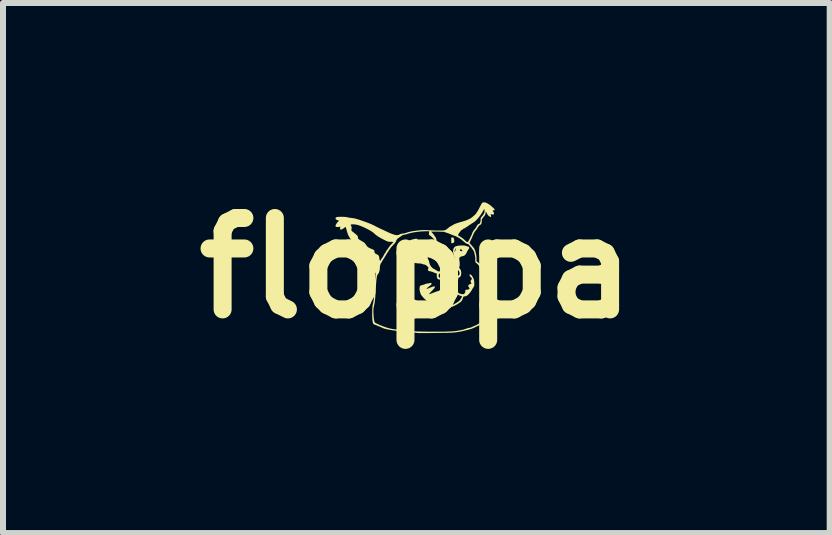
<source format=kicad_pcb>
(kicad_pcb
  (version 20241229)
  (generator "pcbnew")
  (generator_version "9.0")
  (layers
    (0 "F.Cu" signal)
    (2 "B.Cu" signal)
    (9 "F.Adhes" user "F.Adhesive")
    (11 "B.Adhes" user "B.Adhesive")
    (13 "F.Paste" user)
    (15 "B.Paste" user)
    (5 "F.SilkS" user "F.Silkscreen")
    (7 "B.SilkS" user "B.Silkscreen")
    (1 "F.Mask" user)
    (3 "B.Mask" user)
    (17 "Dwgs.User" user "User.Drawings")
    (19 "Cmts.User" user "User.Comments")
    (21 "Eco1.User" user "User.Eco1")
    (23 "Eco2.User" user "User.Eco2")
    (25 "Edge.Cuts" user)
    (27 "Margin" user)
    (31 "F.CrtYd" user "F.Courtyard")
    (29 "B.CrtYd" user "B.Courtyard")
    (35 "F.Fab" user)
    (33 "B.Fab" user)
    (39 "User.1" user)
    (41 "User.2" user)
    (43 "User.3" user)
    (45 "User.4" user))
  (footprint "floppa"
    (layer "F.Cu")
    (at 3.89 1.418)
    (property "Reference" "floppa" (at 0 0 0) (layer "F.SilkS") (effects (font (size 1.524 1.524) (thickness 0.3))))
    (attr board_only exclude_from_pos_files exclude_from_bom)
    (fp_poly (pts (xy 0.612 -0.51) (xy 0.619 -0.506) (xy 0.624 -0.496) (xy 0.628 -0.48) (xy 0.633 -0.451) (xy 0.629 -0.431) (xy 0.617 -0.419) (xy 0.602 -0.415) (xy 0.583 -0.413) (xy 0.582 -0.452) (xy 0.582 -0.473) (xy 0.581 -0.491) (xy 0.581 -0.5) (xy 0.583 -0.507) (xy 0.594 -0.51) (xy 0.601 -0.51)) (stroke (width 0) (type solid)) (fill yes) (layer "F.SilkS"))
    (fp_poly (pts (xy 0.008 -0.486) (xy 0.02 -0.474) (xy 0.035 -0.459) (xy 0.049 -0.441) (xy 0.062 -0.424) (xy 0.068 -0.413) (xy 0.077 -0.39) (xy 0.081 -0.367) (xy 0.082 -0.363) (xy 0.081 -0.347) (xy 0.077 -0.34) (xy 0.07 -0.338) (xy 0.057 -0.337) (xy 0.051 -0.335) (xy 0.043 -0.337) (xy 0.031 -0.346) (xy 0.028 -0.348) (xy 0.015 -0.365) (xy 0.001 -0.383) (xy -0.00012 -0.385) (xy -0.014 -0.403) (xy -0.031 -0.42) (xy -0.033 -0.422) (xy -0.044 -0.434) (xy -0.051 -0.448) (xy -0.053 -0.46) (xy -0.05 -0.466) (xy -0.047 -0.467) (xy -0.041 -0.471) (xy -0.041 -0.475) (xy -0.036 -0.481) (xy -0.023 -0.486) (xy -0.007 -0.49) (xy 0.000408 -0.49)) (stroke (width 0) (type solid)) (fill yes) (layer "F.SilkS"))
    (fp_poly (pts (xy 0.896 0.107) (xy 0.906 0.11) (xy 0.91 0.111) (xy 0.916 0.116) (xy 0.926 0.128) (xy 0.937 0.145) (xy 0.947 0.164) (xy 0.955 0.182) (xy 0.956 0.187) (xy 0.962 0.21) (xy 0.965 0.236) (xy 0.966 0.262) (xy 0.966 0.285) (xy 0.963 0.302) (xy 0.959 0.309) (xy 0.952 0.319) (xy 0.951 0.324) (xy 0.948 0.332) (xy 0.946 0.333) (xy 0.941 0.337) (xy 0.933 0.35) (xy 0.926 0.363) (xy 0.91 0.389) (xy 0.889 0.417) (xy 0.866 0.442) (xy 0.843 0.461) (xy 0.842 0.461) (xy 0.824 0.469) (xy 0.805 0.472) (xy 0.793 0.473) (xy 0.786 0.477) (xy 0.781 0.486) (xy 0.775 0.503) (xy 0.774 0.507) (xy 0.766 0.53) (xy 0.755 0.547) (xy 0.739 0.564) (xy 0.734 0.568) (xy 0.717 0.581) (xy 0.695 0.595) (xy 0.671 0.61) (xy 0.646 0.623) (xy 0.624 0.634) (xy 0.608 0.641) (xy 0.601 0.642) (xy 0.592 0.644) (xy 0.576 0.65) (xy 0.562 0.657) (xy 0.52 0.671) (xy 0.471 0.68) (xy 0.419 0.682) (xy 0.366 0.678) (xy 0.337 0.672) (xy 0.315 0.667) (xy 0.303 0.662) (xy 0.298 0.656) (xy 0.298 0.653) (xy 0.298 0.647) (xy 0.3 0.643) (xy 0.306 0.643) (xy 0.318 0.644) (xy 0.339 0.649) (xy 0.35 0.651) (xy 0.391 0.657) (xy 0.434 0.659) (xy 0.474 0.656) (xy 0.51 0.649) (xy 0.534 0.639) (xy 0.555 0.63) (xy 0.575 0.623) (xy 0.583 0.62) (xy 0.601 0.615) (xy 0.625 0.604) (xy 0.652 0.589) (xy 0.679 0.573) (xy 0.703 0.557) (xy 0.713 0.549) (xy 0.725 0.536) (xy 0.737 0.52) (xy 0.748 0.502) (xy 0.757 0.486) (xy 0.76 0.475) (xy 0.759 0.47) (xy 0.752 0.467) (xy 0.737 0.463) (xy 0.731 0.461) (xy 0.712 0.454) (xy 0.696 0.443) (xy 0.694 0.441) (xy 0.676 0.427) (xy 0.656 0.415) (xy 0.637 0.408) (xy 0.624 0.407) (xy 0.614 0.413) (xy 0.601 0.426) (xy 0.592 0.436) (xy 0.567 0.463) (xy 0.535 0.491) (xy 0.498 0.517) (xy 0.466 0.535) (xy 0.447 0.544) (xy 0.429 0.55) (xy 0.407 0.555) (xy 0.379 0.558) (xy 0.359 0.561) (xy 0.309 0.564) (xy 0.264 0.565) (xy 0.227 0.563) (xy 0.199 0.557) (xy 0.181 0.55) (xy 0.161 0.535) (xy 0.137 0.514) (xy 0.116 0.492) (xy 0.099 0.472) (xy 0.099 0.472) (xy 0.089 0.459) (xy 0.082 0.45) (xy 0.081 0.449) (xy 0.076 0.441) (xy 0.07 0.425) (xy 0.063 0.405) (xy 0.058 0.384) (xy 0.054 0.365) (xy 0.053 0.355) (xy 0.054 0.335) (xy 0.056 0.315) (xy 0.059 0.303) (xy 0.065 0.295) (xy 0.076 0.29) (xy 0.09 0.287) (xy 0.113 0.28) (xy 0.137 0.272) (xy 0.145 0.268) (xy 0.165 0.261) (xy 0.186 0.257) (xy 0.191 0.257) (xy 0.207 0.255) (xy 0.219 0.252) (xy 0.221 0.252) (xy 0.233 0.248) (xy 0.246 0.251) (xy 0.255 0.257) (xy 0.257 0.262) (xy 0.252 0.27) (xy 0.241 0.283) (xy 0.226 0.295) (xy 0.198 0.317) (xy 0.18 0.333) (xy 0.171 0.343) (xy 0.17 0.347) (xy 0.177 0.346) (xy 0.191 0.342) (xy 0.211 0.334) (xy 0.222 0.329) (xy 0.247 0.32) (xy 0.269 0.312) (xy 0.286 0.307) (xy 0.29 0.306) (xy 0.303 0.305) (xy 0.308 0.309) (xy 0.309 0.317) (xy 0.305 0.328) (xy 0.293 0.344) (xy 0.273 0.367) (xy 0.258 0.382) (xy 0.239 0.402) (xy 0.225 0.418) (xy 0.216 0.43) (xy 0.213 0.436) (xy 0.213 0.436) (xy 0.222 0.435) (xy 0.237 0.43) (xy 0.248 0.425) (xy 0.276 0.414) (xy 0.307 0.402) (xy 0.336 0.392) (xy 0.363 0.383) (xy 0.385 0.376) (xy 0.398 0.373) (xy 0.4 0.373) (xy 0.412 0.377) (xy 0.414 0.386) (xy 0.407 0.4) (xy 0.391 0.418) (xy 0.385 0.424) (xy 0.37 0.438) (xy 0.36 0.45) (xy 0.356 0.457) (xy 0.356 0.457) (xy 0.352 0.465) (xy 0.346 0.474) (xy 0.339 0.484) (xy 0.341 0.488) (xy 0.351 0.485) (xy 0.366 0.478) (xy 0.38 0.469) (xy 0.389 0.462) (xy 0.391 0.461) (xy 0.397 0.456) (xy 0.41 0.447) (xy 0.426 0.436) (xy 0.449 0.42) (xy 0.473 0.403) (xy 0.487 0.394) (xy 0.504 0.383) (xy 0.519 0.375) (xy 0.526 0.373) (xy 0.534 0.378) (xy 0.537 0.392) (xy 0.533 0.414) (xy 0.527 0.434) (xy 0.522 0.45) (xy 0.52 0.462) (xy 0.521 0.464) (xy 0.527 0.463) (xy 0.538 0.455) (xy 0.551 0.443) (xy 0.563 0.43) (xy 0.573 0.417) (xy 0.575 0.413) (xy 0.588 0.399) (xy 0.607 0.387) (xy 0.628 0.38) (xy 0.638 0.379) (xy 0.65 0.382) (xy 0.668 0.391) (xy 0.688 0.402) (xy 0.705 0.414) (xy 0.712 0.42) (xy 0.724 0.427) (xy 0.744 0.432) (xy 0.756 0.434) (xy 0.775 0.436) (xy 0.787 0.436) (xy 0.796 0.431) (xy 0.803 0.423) (xy 0.815 0.402) (xy 0.817 0.385) (xy 0.817 0.37) (xy 0.821 0.363) (xy 0.831 0.362) (xy 0.837 0.362) (xy 0.858 0.36) (xy 0.875 0.354) (xy 0.885 0.346) (xy 0.887 0.342) (xy 0.883 0.332) (xy 0.875 0.319) (xy 0.875 0.319) (xy 0.865 0.303) (xy 0.865 0.29) (xy 0.875 0.279) (xy 0.893 0.269) (xy 0.91 0.262) (xy 0.918 0.257) (xy 0.918 0.252) (xy 0.914 0.246) (xy 0.905 0.229) (xy 0.906 0.21) (xy 0.916 0.195) (xy 0.925 0.185) (xy 0.926 0.176) (xy 0.919 0.164) (xy 0.907 0.152) (xy 0.896 0.138) (xy 0.888 0.124) (xy 0.886 0.113) (xy 0.889 0.107)) (stroke (width 0) (type solid)) (fill yes) (layer "F.SilkS"))
    (fp_poly (pts (xy 0.784 -0.376) (xy 0.806 -0.374) (xy 0.822 -0.371) (xy 0.834 -0.366) (xy 0.851 -0.359) (xy 0.866 -0.356) (xy 0.867 -0.356) (xy 0.878 -0.352) (xy 0.881 -0.341) (xy 0.877 -0.325) (xy 0.865 -0.306) (xy 0.864 -0.304) (xy 0.853 -0.288) (xy 0.844 -0.273) (xy 0.843 -0.268) (xy 0.834 -0.248) (xy 0.82 -0.227) (xy 0.805 -0.211) (xy 0.794 -0.205) (xy 0.778 -0.2) (xy 0.758 -0.195) (xy 0.757 -0.195) (xy 0.74 -0.189) (xy 0.725 -0.18) (xy 0.724 -0.179) (xy 0.718 -0.171) (xy 0.715 -0.162) (xy 0.715 -0.148) (xy 0.718 -0.128) (xy 0.722 -0.092) (xy 0.723 -0.06) (xy 0.721 -0.035) (xy 0.717 -0.019) (xy 0.717 -0.018) (xy 0.713 -0.009) (xy 0.717 0.000204) (xy 0.725 0.011) (xy 0.743 0.04) (xy 0.749 0.073) (xy 0.747 0.105) (xy 0.741 0.128) (xy 0.734 0.143) (xy 0.725 0.151) (xy 0.715 0.154) (xy 0.708 0.157) (xy 0.703 0.164) (xy 0.699 0.177) (xy 0.695 0.199) (xy 0.695 0.201) (xy 0.69 0.224) (xy 0.685 0.24) (xy 0.678 0.252) (xy 0.667 0.262) (xy 0.644 0.276) (xy 0.617 0.28) (xy 0.583 0.275) (xy 0.58 0.274) (xy 0.562 0.269) (xy 0.547 0.266) (xy 0.533 0.259) (xy 0.513 0.242) (xy 0.488 0.216) (xy 0.466 0.19) (xy 0.456 0.18) (xy 0.448 0.177) (xy 0.438 0.181) (xy 0.433 0.183) (xy 0.411 0.19) (xy 0.387 0.192) (xy 0.366 0.189) (xy 0.362 0.187) (xy 0.351 0.175) (xy 0.343 0.156) (xy 0.34 0.134) (xy 0.37 0.134) (xy 0.371 0.137) (xy 0.377 0.154) (xy 0.389 0.161) (xy 0.406 0.158) (xy 0.419 0.152) (xy 0.443 0.142) (xy 0.46 0.141) (xy 0.474 0.148) (xy 0.487 0.163) (xy 0.504 0.185) (xy 0.524 0.206) (xy 0.545 0.224) (xy 0.563 0.237) (xy 0.576 0.242) (xy 0.59 0.246) (xy 0.598 0.248) (xy 0.621 0.25) (xy 0.642 0.24) (xy 0.649 0.234) (xy 0.659 0.222) (xy 0.664 0.208) (xy 0.668 0.188) (xy 0.669 0.179) (xy 0.672 0.155) (xy 0.677 0.14) (xy 0.684 0.132) (xy 0.696 0.128) (xy 0.697 0.127) (xy 0.711 0.12) (xy 0.719 0.105) (xy 0.721 0.085) (xy 0.717 0.064) (xy 0.707 0.045) (xy 0.702 0.04) (xy 0.684 0.026) (xy 0.667 0.024) (xy 0.654 0.029) (xy 0.644 0.032) (xy 0.625 0.036) (xy 0.602 0.039) (xy 0.592 0.041) (xy 0.549 0.047) (xy 0.507 0.054) (xy 0.47 0.062) (xy 0.437 0.07) (xy 0.413 0.078) (xy 0.402 0.083) (xy 0.382 0.097) (xy 0.371 0.114) (xy 0.37 0.134) (xy 0.34 0.134) (xy 0.34 0.132) (xy 0.34 0.113) (xy 0.342 0.097) (xy 0.34 0.09) (xy 0.334 0.088) (xy 0.331 0.088) (xy 0.318 0.085) (xy 0.3 0.078) (xy 0.286 0.072) (xy 0.264 0.063) (xy 0.24 0.056) (xy 0.228 0.054) (xy 0.206 0.049) (xy 0.194 0.038) (xy 0.192 0.023) (xy 0.198 0.01) (xy 0.203 0.000446) (xy 0.203 -0.007) (xy 0.198 -0.015) (xy 0.186 -0.026) (xy 0.179 -0.033) (xy 0.157 -0.05) (xy 0.139 -0.058) (xy 0.135 -0.058) (xy 0.118 -0.061) (xy 0.103 -0.067) (xy 0.087 -0.072) (xy 0.066 -0.076) (xy 0.058 -0.076) (xy 0.026 -0.078) (xy -0.011 -0.082) (xy -0.05 -0.09) (xy -0.088 -0.098) (xy -0.123 -0.109) (xy -0.151 -0.119) (xy -0.17 -0.129) (xy -0.184 -0.137) (xy -0.195 -0.14) (xy -0.206 -0.144) (xy -0.22 -0.152) (xy -0.222 -0.154) (xy -0.239 -0.165) (xy -0.26 -0.172) (xy -0.262 -0.172) (xy -0.266 -0.173) (xy -0.104 -0.173) (xy -0.1 -0.16) (xy -0.093 -0.15) (xy -0.081 -0.137) (xy -0.074 -0.136) (xy -0.07 -0.145) (xy -0.07 -0.156) (xy -0.067 -0.175) (xy -0.062 -0.19) (xy -0.018 -0.19) (xy -0.01 -0.183) (xy 0.006 -0.182) (xy 0.018 -0.187) (xy 0.022 -0.195) (xy 0.021 -0.208) (xy 0.012 -0.213) (xy -0.002 -0.209) (xy -0.015 -0.2) (xy -0.018 -0.19) (xy -0.062 -0.19) (xy -0.062 -0.192) (xy -0.061 -0.193) (xy -0.053 -0.21) (xy -0.053 -0.219) (xy -0.06 -0.22) (xy -0.073 -0.212) (xy -0.084 -0.202) (xy -0.099 -0.186) (xy -0.104 -0.173) (xy -0.266 -0.173) (xy -0.281 -0.178) (xy -0.29 -0.188) (xy -0.289 -0.201) (xy -0.283 -0.208) (xy -0.216 -0.208) (xy -0.197 -0.192) (xy -0.185 -0.182) (xy -0.178 -0.176) (xy -0.177 -0.175) (xy -0.172 -0.179) (xy -0.162 -0.187) (xy -0.161 -0.188) (xy -0.148 -0.199) (xy -0.131 -0.212) (xy -0.118 -0.222) (xy -0.102 -0.232) (xy -0.092 -0.24) (xy -0.09 -0.243) (xy -0.096 -0.243) (xy -0.11 -0.24) (xy -0.13 -0.235) (xy -0.152 -0.23) (xy -0.172 -0.224) (xy -0.189 -0.219) (xy -0.191 -0.218) (xy -0.216 -0.208) (xy -0.283 -0.208) (xy -0.282 -0.209) (xy -0.257 -0.229) (xy -0.233 -0.242) (xy -0.219 -0.247) (xy -0.19 -0.253) (xy -0.159 -0.259) (xy -0.129 -0.266) (xy -0.104 -0.272) (xy -0.091 -0.276) (xy -0.069 -0.28) (xy -0.04 -0.282) (xy -0.007 -0.283) (xy 0.027 -0.283) (xy 0.06 -0.281) (xy 0.087 -0.277) (xy 0.106 -0.273) (xy 0.135 -0.256) (xy 0.16 -0.23) (xy 0.179 -0.198) (xy 0.19 -0.164) (xy 0.195 -0.148) (xy 0.201 -0.136) (xy 0.202 -0.136) (xy 0.207 -0.126) (xy 0.212 -0.109) (xy 0.213 -0.104) (xy 0.224 -0.061) (xy 0.244 -0.027) (xy 0.267 -0.002) (xy 0.282 0.008) (xy 0.294 0.016) (xy 0.299 0.018) (xy 0.307 0.021) (xy 0.32 0.029) (xy 0.333 0.038) (xy 0.356 0.052) (xy 0.374 0.058) (xy 0.386 0.055) (xy 0.388 0.053) (xy 0.397 0.049) (xy 0.415 0.044) (xy 0.437 0.038) (xy 0.463 0.033) (xy 0.488 0.028) (xy 0.505 0.026) (xy 0.522 0.023) (xy 0.547 0.019) (xy 0.577 0.013) (xy 0.608 0.007) (xy 0.608 0.007) (xy 0.638 0.001) (xy 0.659 -0.004) (xy 0.672 -0.008) (xy 0.679 -0.012) (xy 0.682 -0.017) (xy 0.682 -0.023) (xy 0.682 -0.023) (xy 0.679 -0.049) (xy 0.672 -0.082) (xy 0.66 -0.119) (xy 0.645 -0.156) (xy 0.645 -0.158) (xy 0.626 -0.206) (xy 0.615 -0.248) (xy 0.612 -0.278) (xy 0.639 -0.278) (xy 0.639 -0.275) (xy 0.642 -0.266) (xy 0.644 -0.267) (xy 0.646 -0.277) (xy 0.647 -0.284) (xy 0.651 -0.297) (xy 0.724 -0.297) (xy 0.729 -0.29) (xy 0.732 -0.288) (xy 0.746 -0.281) (xy 0.759 -0.281) (xy 0.767 -0.285) (xy 0.765 -0.292) (xy 0.758 -0.302) (xy 0.749 -0.311) (xy 0.741 -0.315) (xy 0.734 -0.311) (xy 0.729 -0.306) (xy 0.724 -0.297) (xy 0.651 -0.297) (xy 0.652 -0.302) (xy 0.657 -0.315) (xy 0.659 -0.317) (xy 0.663 -0.325) (xy 0.66 -0.327) (xy 0.652 -0.322) (xy 0.644 -0.309) (xy 0.639 -0.293) (xy 0.639 -0.278) (xy 0.612 -0.278) (xy 0.612 -0.283) (xy 0.616 -0.314) (xy 0.622 -0.33) (xy 0.626 -0.335) (xy 0.811 -0.335) (xy 0.814 -0.333) (xy 0.817 -0.335) (xy 0.814 -0.338) (xy 0.811 -0.335) (xy 0.626 -0.335) (xy 0.634 -0.348) (xy 0.653 -0.361) (xy 0.679 -0.369) (xy 0.713 -0.374) (xy 0.753 -0.376)) (stroke (width 0) (type solid)) (fill yes) (layer "F.SilkS"))
    (fp_poly (pts (xy 1.154 -1.092) (xy 1.187 -1.077) (xy 1.225 -1.052) (xy 1.247 -1.034) (xy 1.275 -1.009) (xy 1.295 -0.99) (xy 1.305 -0.977) (xy 1.306 -0.968) (xy 1.3 -0.964) (xy 1.289 -0.963) (xy 1.277 -0.962) (xy 1.272 -0.96) (xy 1.272 -0.96) (xy 1.274 -0.954) (xy 1.281 -0.942) (xy 1.284 -0.937) (xy 1.294 -0.915) (xy 1.294 -0.901) (xy 1.286 -0.893) (xy 1.268 -0.892) (xy 1.252 -0.896) (xy 1.24 -0.898) (xy 1.237 -0.895) (xy 1.239 -0.89) (xy 1.246 -0.87) (xy 1.247 -0.858) (xy 1.242 -0.853) (xy 1.235 -0.852) (xy 1.224 -0.856) (xy 1.21 -0.867) (xy 1.195 -0.881) (xy 1.184 -0.895) (xy 1.178 -0.906) (xy 1.178 -0.907) (xy 1.175 -0.915) (xy 1.167 -0.927) (xy 1.167 -0.928) (xy 1.155 -0.942) (xy 1.155 -0.928) (xy 1.153 -0.908) (xy 1.149 -0.893) (xy 1.142 -0.879) (xy 1.128 -0.861) (xy 1.121 -0.852) (xy 1.106 -0.834) (xy 1.097 -0.82) (xy 1.092 -0.808) (xy 1.091 -0.793) (xy 1.091 -0.785) (xy 1.088 -0.753) (xy 1.08 -0.732) (xy 1.067 -0.72) (xy 1.065 -0.72) (xy 1.048 -0.709) (xy 1.031 -0.688) (xy 1.023 -0.673) (xy 1.015 -0.66) (xy 1.002 -0.641) (xy 0.987 -0.622) (xy 0.987 -0.622) (xy 0.971 -0.602) (xy 0.959 -0.581) (xy 0.951 -0.564) (xy 0.945 -0.549) (xy 0.936 -0.526) (xy 0.924 -0.5) (xy 0.915 -0.48) (xy 0.885 -0.42) (xy 0.914 -0.386) (xy 0.93 -0.368) (xy 0.945 -0.35) (xy 0.955 -0.339) (xy 0.955 -0.338) (xy 0.968 -0.319) (xy 0.98 -0.29) (xy 0.99 -0.256) (xy 0.998 -0.218) (xy 1.002 -0.18) (xy 1.003 -0.154) (xy 1.003 -0.112) (xy 1.027 -0.095) (xy 1.043 -0.082) (xy 1.059 -0.062) (xy 1.077 -0.033) (xy 1.083 -0.024) (xy 1.096 -0.001) (xy 1.106 0.017) (xy 1.112 0.029) (xy 1.114 0.034) (xy 1.116 0.04) (xy 1.122 0.053) (xy 1.123 0.055) (xy 1.139 0.092) (xy 1.15 0.127) (xy 1.157 0.164) (xy 1.162 0.204) (xy 1.165 0.232) (xy 1.168 0.255) (xy 1.173 0.274) (xy 1.18 0.292) (xy 1.191 0.312) (xy 1.206 0.336) (xy 1.226 0.365) (xy 1.252 0.405) (xy 1.271 0.437) (xy 1.284 0.463) (xy 1.292 0.484) (xy 1.297 0.499) (xy 1.305 0.517) (xy 1.306 0.519) (xy 1.312 0.534) (xy 1.316 0.545) (xy 1.316 0.547) (xy 1.319 0.557) (xy 1.323 0.572) (xy 1.323 0.573) (xy 1.335 0.615) (xy 1.34 0.649) (xy 1.338 0.679) (xy 1.331 0.706) (xy 1.328 0.712) (xy 1.317 0.734) (xy 1.307 0.75) (xy 1.295 0.763) (xy 1.278 0.778) (xy 1.271 0.783) (xy 1.251 0.799) (xy 1.23 0.816) (xy 1.221 0.824) (xy 1.205 0.839) (xy 1.19 0.853) (xy 1.184 0.858) (xy 1.172 0.867) (xy 1.154 0.881) (xy 1.132 0.896) (xy 1.109 0.911) (xy 1.09 0.924) (xy 1.079 0.931) (xy 1.065 0.94) (xy 1.057 0.946) (xy 1.047 0.954) (xy 1.027 0.964) (xy 1 0.977) (xy 0.968 0.992) (xy 0.939 1.005) (xy 0.921 1.012) (xy 0.895 1.02) (xy 0.862 1.029) (xy 0.825 1.038) (xy 0.788 1.047) (xy 0.751 1.056) (xy 0.719 1.062) (xy 0.693 1.067) (xy 0.688 1.067) (xy 0.657 1.071) (xy 0.623 1.075) (xy 0.593 1.077) (xy 0.592 1.077) (xy 0.575 1.078) (xy 0.55 1.079) (xy 0.516 1.08) (xy 0.477 1.08) (xy 0.433 1.081) (xy 0.385 1.082) (xy 0.335 1.082) (xy 0.284 1.083) (xy 0.234 1.083) (xy 0.185 1.084) (xy 0.14 1.084) (xy 0.1 1.084) (xy 0.065 1.084) (xy 0.038 1.084) (xy 0.02 1.083) (xy 0.011 1.083) (xy 0.011 1.082) (xy 0.004 1.08) (xy -0.014 1.077) (xy -0.04 1.074) (xy -0.073 1.071) (xy -0.111 1.067) (xy -0.153 1.064) (xy -0.181 1.061) (xy -0.24 1.056) (xy -0.299 1.05) (xy -0.356 1.043) (xy -0.409 1.035) (xy -0.457 1.027) (xy -0.499 1.018) (xy -0.532 1.01) (xy -0.557 1.001) (xy -0.564 0.998) (xy -0.575 0.992) (xy -0.593 0.984) (xy -0.615 0.975) (xy -0.64 0.965) (xy -0.663 0.955) (xy -0.684 0.947) (xy -0.699 0.941) (xy -0.706 0.939) (xy -0.714 0.934) (xy -0.722 0.917) (xy -0.729 0.891) (xy -0.73 0.885) (xy -0.733 0.864) (xy -0.734 0.833) (xy -0.736 0.797) (xy -0.736 0.758) (xy -0.735 0.718) (xy -0.735 0.714) (xy -0.716 0.714) (xy -0.716 0.745) (xy -0.715 0.761) (xy -0.713 0.793) (xy -0.71 0.825) (xy -0.707 0.853) (xy -0.704 0.869) (xy -0.7 0.89) (xy -0.695 0.902) (xy -0.688 0.911) (xy -0.674 0.919) (xy -0.666 0.923) (xy -0.606 0.951) (xy -0.54 0.977) (xy -0.476 0.998) (xy -0.461 1.002) (xy -0.436 1.008) (xy -0.409 1.014) (xy -0.379 1.019) (xy -0.343 1.023) (xy -0.299 1.028) (xy -0.247 1.033) (xy -0.21 1.036) (xy -0.17 1.039) (xy -0.128 1.043) (xy -0.089 1.047) (xy -0.055 1.051) (xy -0.038 1.053) (xy -0.014 1.055) (xy 0.02 1.057) (xy 0.063 1.058) (xy 0.112 1.059) (xy 0.166 1.06) (xy 0.224 1.061) (xy 0.284 1.061) (xy 0.344 1.061) (xy 0.402 1.061) (xy 0.457 1.06) (xy 0.508 1.059) (xy 0.552 1.057) (xy 0.588 1.056) (xy 0.589 1.056) (xy 0.656 1.05) (xy 0.718 1.04) (xy 0.774 1.029) (xy 0.821 1.014) (xy 0.835 1.009) (xy 0.855 1.002) (xy 0.873 0.998) (xy 0.879 0.998) (xy 0.893 0.995) (xy 0.912 0.989) (xy 0.931 0.981) (xy 0.951 0.971) (xy 0.969 0.964) (xy 0.979 0.96) (xy 0.999 0.951) (xy 1.026 0.936) (xy 1.058 0.916) (xy 1.092 0.893) (xy 1.127 0.867) (xy 1.16 0.841) (xy 1.181 0.823) (xy 1.202 0.805) (xy 1.222 0.788) (xy 1.238 0.776) (xy 1.243 0.773) (xy 1.269 0.751) (xy 1.292 0.725) (xy 1.309 0.697) (xy 1.317 0.669) (xy 1.318 0.659) (xy 1.316 0.637) (xy 1.309 0.607) (xy 1.297 0.57) (xy 1.282 0.527) (xy 1.276 0.513) (xy 1.265 0.487) (xy 1.25 0.457) (xy 1.234 0.428) (xy 1.217 0.399) (xy 1.201 0.373) (xy 1.185 0.352) (xy 1.172 0.336) (xy 1.163 0.327) (xy 1.158 0.327) (xy 1.157 0.334) (xy 1.155 0.348) (xy 1.155 0.356) (xy 1.153 0.378) (xy 1.15 0.39) (xy 1.145 0.396) (xy 1.14 0.397) (xy 1.134 0.395) (xy 1.131 0.389) (xy 1.13 0.376) (xy 1.132 0.356) (xy 1.136 0.326) (xy 1.136 0.324) (xy 1.142 0.265) (xy 1.142 0.213) (xy 1.136 0.165) (xy 1.123 0.12) (xy 1.117 0.105) (xy 1.097 0.059) (xy 1.076 0.017) (xy 1.055 -0.02) (xy 1.035 -0.049) (xy 1.016 -0.07) (xy 1 -0.082) (xy 0.999 -0.082) (xy 0.99 -0.089) (xy 0.984 -0.104) (xy 0.983 -0.113) (xy 0.981 -0.131) (xy 0.982 -0.147) (xy 0.983 -0.15) (xy 0.983 -0.162) (xy 0.981 -0.182) (xy 0.976 -0.209) (xy 0.97 -0.239) (xy 0.962 -0.27) (xy 0.956 -0.283) (xy 0.944 -0.302) (xy 0.929 -0.324) (xy 0.912 -0.348) (xy 0.894 -0.369) (xy 0.879 -0.386) (xy 0.87 -0.395) (xy 0.857 -0.401) (xy 0.843 -0.405) (xy 0.829 -0.411) (xy 0.81 -0.425) (xy 0.787 -0.444) (xy 0.783 -0.448) (xy 0.744 -0.48) (xy 0.699 -0.509) (xy 0.652 -0.532) (xy 0.621 -0.543) (xy 0.611 -0.547) (xy 0.696 -0.547) (xy 0.702 -0.54) (xy 0.716 -0.531) (xy 0.731 -0.523) (xy 0.752 -0.51) (xy 0.776 -0.493) (xy 0.797 -0.474) (xy 0.798 -0.473) (xy 0.818 -0.454) (xy 0.833 -0.441) (xy 0.844 -0.435) (xy 0.854 -0.432) (xy 0.855 -0.432) (xy 0.86 -0.437) (xy 0.869 -0.45) (xy 0.88 -0.47) (xy 0.893 -0.495) (xy 0.895 -0.499) (xy 0.907 -0.524) (xy 0.917 -0.546) (xy 0.925 -0.562) (xy 0.928 -0.571) (xy 0.928 -0.571) (xy 0.931 -0.582) (xy 0.939 -0.598) (xy 0.949 -0.616) (xy 0.961 -0.633) (xy 0.968 -0.642) (xy 0.99 -0.668) (xy 1.004 -0.694) (xy 1.013 -0.71) (xy 1.025 -0.725) (xy 1.037 -0.734) (xy 1.042 -0.735) (xy 1.053 -0.74) (xy 1.062 -0.755) (xy 1.069 -0.776) (xy 1.071 -0.799) (xy 1.072 -0.817) (xy 1.073 -0.831) (xy 1.073 -0.835) (xy 1.077 -0.841) (xy 1.086 -0.853) (xy 1.097 -0.865) (xy 1.111 -0.883) (xy 1.124 -0.902) (xy 1.129 -0.912) (xy 1.134 -0.929) (xy 1.137 -0.947) (xy 1.137 -0.964) (xy 1.135 -0.976) (xy 1.132 -0.98) (xy 1.126 -0.975) (xy 1.118 -0.963) (xy 1.112 -0.952) (xy 1.092 -0.918) (xy 1.068 -0.882) (xy 1.042 -0.847) (xy 1.014 -0.814) (xy 0.988 -0.787) (xy 0.964 -0.767) (xy 0.951 -0.759) (xy 0.935 -0.75) (xy 0.914 -0.736) (xy 0.889 -0.719) (xy 0.868 -0.705) (xy 0.844 -0.688) (xy 0.821 -0.674) (xy 0.803 -0.663) (xy 0.793 -0.658) (xy 0.781 -0.653) (xy 0.776 -0.647) (xy 0.776 -0.647) (xy 0.771 -0.642) (xy 0.768 -0.642) (xy 0.758 -0.637) (xy 0.745 -0.625) (xy 0.73 -0.608) (xy 0.716 -0.589) (xy 0.704 -0.571) (xy 0.697 -0.556) (xy 0.696 -0.547) (xy 0.611 -0.547) (xy 0.601 -0.55) (xy 0.579 -0.56) (xy 0.571 -0.563) (xy 0.55 -0.573) (xy 0.525 -0.582) (xy 0.51 -0.587) (xy 0.491 -0.592) (xy 0.478 -0.598) (xy 0.473 -0.601) (xy 0.466 -0.603) (xy 0.45 -0.604) (xy 0.427 -0.605) (xy 0.4 -0.606) (xy 0.369 -0.607) (xy 0.337 -0.608) (xy 0.307 -0.608) (xy 0.281 -0.608) (xy 0.261 -0.607) (xy 0.248 -0.606) (xy 0.245 -0.605) (xy 0.249 -0.601) (xy 0.251 -0.601) (xy 0.256 -0.596) (xy 0.267 -0.585) (xy 0.28 -0.568) (xy 0.295 -0.549) (xy 0.309 -0.529) (xy 0.32 -0.511) (xy 0.326 -0.503) (xy 0.331 -0.489) (xy 0.335 -0.469) (xy 0.337 -0.46) (xy 0.338 -0.443) (xy 0.337 -0.435) (xy 0.332 -0.432) (xy 0.329 -0.432) (xy 0.319 -0.436) (xy 0.309 -0.45) (xy 0.304 -0.461) (xy 0.292 -0.482) (xy 0.274 -0.502) (xy 0.25 -0.524) (xy 0.209 -0.557) (xy 0.214 -0.613) (xy 0.144 -0.613) (xy 0.097 -0.611) (xy 0.047 -0.607) (xy -0.005 -0.601) (xy -0.053 -0.593) (xy -0.097 -0.584) (xy -0.129 -0.575) (xy -0.154 -0.567) (xy -0.18 -0.56) (xy -0.2 -0.556) (xy -0.2 -0.556) (xy -0.218 -0.553) (xy -0.232 -0.548) (xy -0.236 -0.545) (xy -0.246 -0.537) (xy -0.26 -0.527) (xy -0.26 -0.527) (xy -0.289 -0.508) (xy -0.309 -0.493) (xy -0.322 -0.48) (xy -0.33 -0.467) (xy -0.332 -0.461) (xy -0.341 -0.442) (xy -0.357 -0.418) (xy -0.379 -0.391) (xy -0.4 -0.369) (xy -0.414 -0.354) (xy -0.426 -0.34) (xy -0.427 -0.338) (xy -0.437 -0.324) (xy -0.451 -0.304) (xy -0.467 -0.279) (xy -0.484 -0.253) (xy -0.5 -0.228) (xy -0.513 -0.206) (xy -0.521 -0.192) (xy -0.522 -0.192) (xy -0.53 -0.177) (xy -0.543 -0.157) (xy -0.557 -0.135) (xy -0.558 -0.133) (xy -0.57 -0.114) (xy -0.579 -0.099) (xy -0.583 -0.089) (xy -0.583 -0.088) (xy -0.587 -0.082) (xy -0.589 -0.082) (xy -0.594 -0.077) (xy -0.595 -0.07) (xy -0.598 -0.059) (xy -0.601 -0.055) (xy -0.604 -0.048) (xy -0.606 -0.033) (xy -0.607 -0.02) (xy -0.609 0.015) (xy -0.615 0.049) (xy -0.625 0.078) (xy -0.637 0.099) (xy -0.644 0.106) (xy -0.65 0.116) (xy -0.656 0.135) (xy -0.661 0.164) (xy -0.666 0.203) (xy -0.67 0.253) (xy -0.674 0.314) (xy -0.677 0.365) (xy -0.68 0.42) (xy -0.683 0.465) (xy -0.686 0.504) (xy -0.69 0.538) (xy -0.694 0.57) (xy -0.7 0.601) (xy -0.706 0.633) (xy -0.712 0.663) (xy -0.715 0.688) (xy -0.716 0.714) (xy -0.735 0.714) (xy -0.734 0.68) (xy -0.732 0.647) (xy -0.729 0.621) (xy -0.727 0.61) (xy -0.719 0.578) (xy -0.714 0.55) (xy -0.71 0.523) (xy -0.707 0.495) (xy -0.705 0.463) (xy -0.703 0.425) (xy -0.702 0.394) (xy -0.701 0.355) (xy -0.7 0.318) (xy -0.698 0.284) (xy -0.696 0.257) (xy -0.694 0.239) (xy -0.694 0.239) (xy -0.691 0.216) (xy -0.687 0.186) (xy -0.684 0.155) (xy -0.683 0.144) (xy -0.677 0.087) (xy -0.696 0.067) (xy -0.716 0.041) (xy -0.73 0.016) (xy -0.735 -0.005) (xy -0.735 -0.006) (xy -0.74 -0.026) (xy -0.755 -0.05) (xy -0.777 -0.076) (xy -0.785 -0.083) (xy -0.808 -0.108) (xy -0.827 -0.138) (xy -0.84 -0.168) (xy -0.846 -0.196) (xy -0.846 -0.2) (xy -0.847 -0.217) (xy -0.853 -0.231) (xy -0.865 -0.245) (xy -0.885 -0.26) (xy -0.896 -0.269) (xy -0.917 -0.285) (xy -0.942 -0.307) (xy -0.97 -0.334) (xy -0.999 -0.363) (xy -1.025 -0.391) (xy -1.047 -0.417) (xy -1.047 -0.417) (xy -1.081 -0.462) (xy -1.108 -0.5) (xy -1.127 -0.533) (xy -1.14 -0.562) (xy -1.144 -0.571) (xy -1.155 -0.607) (xy -1.164 -0.638) (xy -1.17 -0.66) (xy -1.173 -0.674) (xy -1.174 -0.678) (xy -1.176 -0.683) (xy -1.185 -0.681) (xy -1.199 -0.673) (xy -1.213 -0.662) (xy -1.236 -0.647) (xy -1.255 -0.642) (xy -1.267 -0.642) (xy -1.271 -0.647) (xy -1.271 -0.658) (xy -1.271 -0.665) (xy -1.27 -0.674) (xy -1.26 -0.674) (xy -1.257 -0.671) (xy -1.254 -0.674) (xy -1.257 -0.677) (xy -1.26 -0.674) (xy -1.27 -0.674) (xy -1.268 -0.689) (xy -1.296 -0.685) (xy -1.323 -0.684) (xy -1.34 -0.688) (xy -1.347 -0.697) (xy -1.348 -0.701) (xy -1.344 -0.717) (xy -1.343 -0.718) (xy -1.096 -0.718) (xy -1.093 -0.711) (xy -1.089 -0.707) (xy -1.08 -0.689) (xy -1.079 -0.663) (xy -1.082 -0.644) (xy -1.084 -0.633) (xy -1.081 -0.625) (xy -1.073 -0.615) (xy -1.058 -0.603) (xy -1.028 -0.579) (xy -1.006 -0.561) (xy -0.992 -0.548) (xy -0.982 -0.538) (xy -0.977 -0.529) (xy -0.975 -0.521) (xy -0.974 -0.513) (xy -0.973 -0.501) (xy -0.97 -0.491) (xy -0.962 -0.482) (xy -0.948 -0.472) (xy -0.926 -0.459) (xy -0.908 -0.448) (xy -0.883 -0.434) (xy -0.867 -0.422) (xy -0.854 -0.408) (xy -0.841 -0.39) (xy -0.839 -0.388) (xy -0.826 -0.368) (xy -0.811 -0.353) (xy -0.794 -0.341) (xy -0.771 -0.329) (xy -0.739 -0.316) (xy -0.737 -0.315) (xy -0.717 -0.306) (xy -0.706 -0.3) (xy -0.701 -0.293) (xy -0.7 -0.286) (xy -0.698 -0.264) (xy -0.691 -0.249) (xy -0.676 -0.237) (xy -0.661 -0.23) (xy -0.638 -0.217) (xy -0.625 -0.201) (xy -0.619 -0.181) (xy -0.618 -0.169) (xy -0.616 -0.152) (xy -0.612 -0.136) (xy -0.606 -0.125) (xy -0.601 -0.123) (xy -0.596 -0.127) (xy -0.592 -0.136) (xy -0.585 -0.149) (xy -0.575 -0.163) (xy -0.565 -0.176) (xy -0.553 -0.195) (xy -0.544 -0.213) (xy -0.533 -0.233) (xy -0.523 -0.248) (xy -0.517 -0.256) (xy -0.509 -0.266) (xy -0.508 -0.272) (xy -0.504 -0.282) (xy -0.499 -0.287) (xy -0.493 -0.296) (xy -0.481 -0.311) (xy -0.468 -0.331) (xy -0.465 -0.336) (xy -0.448 -0.359) (xy -0.43 -0.383) (xy -0.413 -0.401) (xy -0.412 -0.402) (xy -0.398 -0.416) (xy -0.388 -0.427) (xy -0.385 -0.432) (xy -0.39 -0.435) (xy -0.405 -0.437) (xy -0.425 -0.438) (xy -0.429 -0.438) (xy -0.448 -0.438) (xy -0.463 -0.439) (xy -0.478 -0.443) (xy -0.495 -0.449) (xy -0.517 -0.46) (xy -0.538 -0.47) (xy -0.586 -0.496) (xy -0.629 -0.52) (xy -0.663 -0.544) (xy -0.689 -0.564) (xy -0.696 -0.571) (xy -0.717 -0.59) (xy -0.746 -0.61) (xy -0.782 -0.632) (xy -0.823 -0.654) (xy -0.865 -0.675) (xy -0.907 -0.693) (xy -0.946 -0.708) (xy -0.98 -0.719) (xy -0.999 -0.723) (xy -1.034 -0.728) (xy -1.063 -0.729) (xy -1.083 -0.727) (xy -1.091 -0.724) (xy -1.096 -0.718) (xy -1.343 -0.718) (xy -1.334 -0.736) (xy -1.321 -0.756) (xy -1.307 -0.771) (xy -1.303 -0.775) (xy -1.286 -0.787) (xy -1.304 -0.794) (xy -1.326 -0.803) (xy -1.339 -0.81) (xy -1.345 -0.816) (xy -1.348 -0.824) (xy -1.348 -0.826) (xy -1.342 -0.84) (xy -1.334 -0.847) (xy -1.322 -0.85) (xy -1.301 -0.853) (xy -1.275 -0.854) (xy -1.245 -0.854) (xy -1.215 -0.854) (xy -1.188 -0.852) (xy -1.166 -0.85) (xy -1.155 -0.848) (xy -1.138 -0.843) (xy -1.115 -0.839) (xy -1.097 -0.837) (xy -1.072 -0.834) (xy -1.047 -0.83) (xy -1.033 -0.828) (xy -1.004 -0.821) (xy -0.968 -0.81) (xy -0.926 -0.796) (xy -0.88 -0.78) (xy -0.835 -0.764) (xy -0.791 -0.747) (xy -0.751 -0.731) (xy -0.718 -0.716) (xy -0.702 -0.708) (xy -0.672 -0.692) (xy -0.648 -0.68) (xy -0.629 -0.67) (xy -0.609 -0.661) (xy -0.601 -0.657) (xy -0.584 -0.649) (xy -0.559 -0.638) (xy -0.53 -0.624) (xy -0.499 -0.609) (xy -0.487 -0.604) (xy -0.435 -0.58) (xy -0.392 -0.564) (xy -0.357 -0.553) (xy -0.328 -0.548) (xy -0.304 -0.55) (xy -0.286 -0.557) (xy -0.281 -0.559) (xy -0.266 -0.567) (xy -0.245 -0.572) (xy -0.236 -0.574) (xy -0.215 -0.576) (xy -0.198 -0.579) (xy -0.181 -0.584) (xy -0.16 -0.59) (xy -0.146 -0.595) (xy -0.126 -0.601) (xy -0.105 -0.606) (xy -0.081 -0.611) (xy -0.053 -0.616) (xy -0.017 -0.621) (xy 0.029 -0.627) (xy 0.032 -0.627) (xy 0.061 -0.63) (xy 0.088 -0.632) (xy 0.117 -0.633) (xy 0.15 -0.633) (xy 0.191 -0.631) (xy 0.219 -0.63) (xy 0.285 -0.627) (xy 0.34 -0.625) (xy 0.385 -0.625) (xy 0.421 -0.625) (xy 0.448 -0.626) (xy 0.468 -0.629) (xy 0.48 -0.632) (xy 0.494 -0.64) (xy 0.513 -0.653) (xy 0.531 -0.667) (xy 0.547 -0.681) (xy 0.56 -0.69) (xy 0.567 -0.694) (xy 0.568 -0.694) (xy 0.575 -0.697) (xy 0.588 -0.705) (xy 0.598 -0.712) (xy 0.631 -0.73) (xy 0.675 -0.748) (xy 0.728 -0.764) (xy 0.752 -0.77) (xy 0.793 -0.782) (xy 0.834 -0.796) (xy 0.871 -0.812) (xy 0.901 -0.827) (xy 0.909 -0.832) (xy 0.924 -0.843) (xy 0.942 -0.858) (xy 0.96 -0.873) (xy 0.977 -0.889) (xy 0.99 -0.902) (xy 0.997 -0.91) (xy 0.998 -0.911) (xy 1.001 -0.918) (xy 1.009 -0.931) (xy 1.018 -0.944) (xy 1.029 -0.961) (xy 1.042 -0.986) (xy 1.056 -1.013) (xy 1.064 -1.028) (xy 1.076 -1.052) (xy 1.087 -1.072) (xy 1.097 -1.086) (xy 1.102 -1.09) (xy 1.125 -1.096)) (stroke (width 0) (type solid)) (fill yes) (layer "F.SilkS")))
  (gr_rect
    (start -3 -3)
    (end 10.78 5.836)
    (stroke (width 0.1) (type default))
    (fill no)
    (layer "Edge.Cuts")))
</source>
